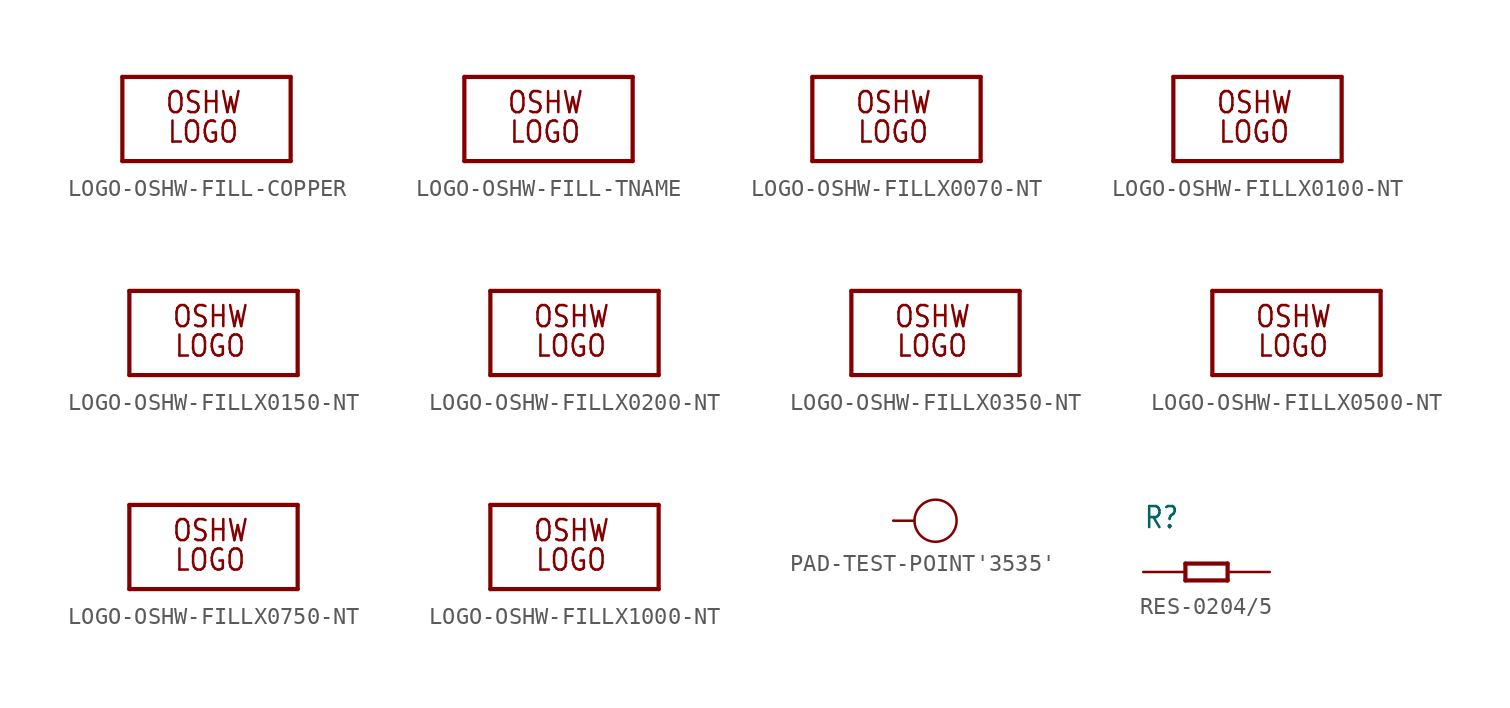
<source format=kicad_sym>
(kicad_symbol_lib
  (version 20220914)
  (generator kicad_symbol_editor)
  (symbol "LOGO-OSHW-FILL-COPPER"
    (property "Reference" "LOGO"
      (at 0 0 0)
      (effects (font (size 1.27 1.27)) hide))
    (property "ki_locked" ""
      (at 0 0 0)
      (effects (font (size 1.27 1.27))))
    (symbol "LOGO-OSHW-FILL-COPPER_1_0"
      (polyline (pts (xy -5.08 -2.54) (xy -5.08 2.54)) (stroke (width 0.254) (type solid)) (fill (type none)))
      (polyline (pts (xy -5.08 2.54) (xy 5.08 2.54)) (stroke (width 0.254) (type solid)) (fill (type none)))
      (polyline (pts (xy 5.08 -2.54) (xy -5.08 -2.54)) (stroke (width 0.254) (type solid)) (fill (type none)))
      (polyline (pts (xy 5.08 2.54) (xy 5.08 -2.54)) (stroke (width 0.254) (type solid)) (fill (type none)))
      (text "LOGO" (at -2.413 -1.524 0) (effects (font (size 1.27 1.079)) (justify left bottom)))
      (text "OSHW" (at -2.54 0.254 0) (effects (font (size 1.27 1.079)) (justify left bottom)))))
  (symbol "LOGO-OSHW-FILL-TNAME"
    (property "Reference" "LOGO"
      (at 0 0 0)
      (effects (font (size 1.27 1.27)) hide))
    (property "ki_locked" ""
      (at 0 0 0)
      (effects (font (size 1.27 1.27))))
    (symbol "LOGO-OSHW-FILL-TNAME_1_0"
      (polyline (pts (xy -5.08 -2.54) (xy -5.08 2.54)) (stroke (width 0.254) (type solid)) (fill (type none)))
      (polyline (pts (xy -5.08 2.54) (xy 5.08 2.54)) (stroke (width 0.254) (type solid)) (fill (type none)))
      (polyline (pts (xy 5.08 -2.54) (xy -5.08 -2.54)) (stroke (width 0.254) (type solid)) (fill (type none)))
      (polyline (pts (xy 5.08 2.54) (xy 5.08 -2.54)) (stroke (width 0.254) (type solid)) (fill (type none)))
      (text "LOGO" (at -2.413 -1.524 0) (effects (font (size 1.27 1.079)) (justify left bottom)))
      (text "OSHW" (at -2.54 0.254 0) (effects (font (size 1.27 1.079)) (justify left bottom)))))
  (symbol "LOGO-OSHW-FILLX0070-NT"
    (property "Reference" "LOGO"
      (at 0 0 0)
      (effects (font (size 1.27 1.27)) hide))
    (property "ki_locked" ""
      (at 0 0 0)
      (effects (font (size 1.27 1.27))))
    (symbol "LOGO-OSHW-FILLX0070-NT_1_0"
      (polyline (pts (xy -5.08 -2.54) (xy -5.08 2.54)) (stroke (width 0.254) (type solid)) (fill (type none)))
      (polyline (pts (xy -5.08 2.54) (xy 5.08 2.54)) (stroke (width 0.254) (type solid)) (fill (type none)))
      (polyline (pts (xy 5.08 -2.54) (xy -5.08 -2.54)) (stroke (width 0.254) (type solid)) (fill (type none)))
      (polyline (pts (xy 5.08 2.54) (xy 5.08 -2.54)) (stroke (width 0.254) (type solid)) (fill (type none)))
      (text "LOGO" (at -2.413 -1.524 0) (effects (font (size 1.27 1.079)) (justify left bottom)))
      (text "OSHW" (at -2.54 0.254 0) (effects (font (size 1.27 1.079)) (justify left bottom)))))
  (symbol "LOGO-OSHW-FILLX0100-NT"
    (property "Reference" "LOGO"
      (at 0 0 0)
      (effects (font (size 1.27 1.27)) hide))
    (property "ki_locked" ""
      (at 0 0 0)
      (effects (font (size 1.27 1.27))))
    (symbol "LOGO-OSHW-FILLX0100-NT_1_0"
      (polyline (pts (xy -5.08 -2.54) (xy -5.08 2.54)) (stroke (width 0.254) (type solid)) (fill (type none)))
      (polyline (pts (xy -5.08 2.54) (xy 5.08 2.54)) (stroke (width 0.254) (type solid)) (fill (type none)))
      (polyline (pts (xy 5.08 -2.54) (xy -5.08 -2.54)) (stroke (width 0.254) (type solid)) (fill (type none)))
      (polyline (pts (xy 5.08 2.54) (xy 5.08 -2.54)) (stroke (width 0.254) (type solid)) (fill (type none)))
      (text "LOGO" (at -2.413 -1.524 0) (effects (font (size 1.27 1.079)) (justify left bottom)))
      (text "OSHW" (at -2.54 0.254 0) (effects (font (size 1.27 1.079)) (justify left bottom)))))
  (symbol "LOGO-OSHW-FILLX0150-NT"
    (property "Reference" "LOGO"
      (at 0 0 0)
      (effects (font (size 1.27 1.27)) hide))
    (property "ki_locked" ""
      (at 0 0 0)
      (effects (font (size 1.27 1.27))))
    (symbol "LOGO-OSHW-FILLX0150-NT_1_0"
      (polyline (pts (xy -5.08 -2.54) (xy -5.08 2.54)) (stroke (width 0.254) (type solid)) (fill (type none)))
      (polyline (pts (xy -5.08 2.54) (xy 5.08 2.54)) (stroke (width 0.254) (type solid)) (fill (type none)))
      (polyline (pts (xy 5.08 -2.54) (xy -5.08 -2.54)) (stroke (width 0.254) (type solid)) (fill (type none)))
      (polyline (pts (xy 5.08 2.54) (xy 5.08 -2.54)) (stroke (width 0.254) (type solid)) (fill (type none)))
      (text "LOGO" (at -2.413 -1.524 0) (effects (font (size 1.27 1.079)) (justify left bottom)))
      (text "OSHW" (at -2.54 0.254 0) (effects (font (size 1.27 1.079)) (justify left bottom)))))
  (symbol "LOGO-OSHW-FILLX0200-NT"
    (property "Reference" "LOGO"
      (at 0 0 0)
      (effects (font (size 1.27 1.27)) hide))
    (property "ki_locked" ""
      (at 0 0 0)
      (effects (font (size 1.27 1.27))))
    (symbol "LOGO-OSHW-FILLX0200-NT_1_0"
      (polyline (pts (xy -5.08 -2.54) (xy -5.08 2.54)) (stroke (width 0.254) (type solid)) (fill (type none)))
      (polyline (pts (xy -5.08 2.54) (xy 5.08 2.54)) (stroke (width 0.254) (type solid)) (fill (type none)))
      (polyline (pts (xy 5.08 -2.54) (xy -5.08 -2.54)) (stroke (width 0.254) (type solid)) (fill (type none)))
      (polyline (pts (xy 5.08 2.54) (xy 5.08 -2.54)) (stroke (width 0.254) (type solid)) (fill (type none)))
      (text "LOGO" (at -2.413 -1.524 0) (effects (font (size 1.27 1.079)) (justify left bottom)))
      (text "OSHW" (at -2.54 0.254 0) (effects (font (size 1.27 1.079)) (justify left bottom)))))
  (symbol "LOGO-OSHW-FILLX0350-NT"
    (property "Reference" "LOGO"
      (at 0 0 0)
      (effects (font (size 1.27 1.27)) hide))
    (property "ki_locked" ""
      (at 0 0 0)
      (effects (font (size 1.27 1.27))))
    (symbol "LOGO-OSHW-FILLX0350-NT_1_0"
      (polyline (pts (xy -5.08 -2.54) (xy -5.08 2.54)) (stroke (width 0.254) (type solid)) (fill (type none)))
      (polyline (pts (xy -5.08 2.54) (xy 5.08 2.54)) (stroke (width 0.254) (type solid)) (fill (type none)))
      (polyline (pts (xy 5.08 -2.54) (xy -5.08 -2.54)) (stroke (width 0.254) (type solid)) (fill (type none)))
      (polyline (pts (xy 5.08 2.54) (xy 5.08 -2.54)) (stroke (width 0.254) (type solid)) (fill (type none)))
      (text "LOGO" (at -2.413 -1.524 0) (effects (font (size 1.27 1.079)) (justify left bottom)))
      (text "OSHW" (at -2.54 0.254 0) (effects (font (size 1.27 1.079)) (justify left bottom)))))
  (symbol "LOGO-OSHW-FILLX0500-NT"
    (property "Reference" "LOGO"
      (at 0 0 0)
      (effects (font (size 1.27 1.27)) hide))
    (property "ki_locked" ""
      (at 0 0 0)
      (effects (font (size 1.27 1.27))))
    (symbol "LOGO-OSHW-FILLX0500-NT_1_0"
      (polyline (pts (xy -5.08 -2.54) (xy -5.08 2.54)) (stroke (width 0.254) (type solid)) (fill (type none)))
      (polyline (pts (xy -5.08 2.54) (xy 5.08 2.54)) (stroke (width 0.254) (type solid)) (fill (type none)))
      (polyline (pts (xy 5.08 -2.54) (xy -5.08 -2.54)) (stroke (width 0.254) (type solid)) (fill (type none)))
      (polyline (pts (xy 5.08 2.54) (xy 5.08 -2.54)) (stroke (width 0.254) (type solid)) (fill (type none)))
      (text "LOGO" (at -2.413 -1.524 0) (effects (font (size 1.27 1.079)) (justify left bottom)))
      (text "OSHW" (at -2.54 0.254 0) (effects (font (size 1.27 1.079)) (justify left bottom)))))
  (symbol "LOGO-OSHW-FILLX0750-NT"
    (property "Reference" "LOGO"
      (at 0 0 0)
      (effects (font (size 1.27 1.27)) hide))
    (property "ki_locked" ""
      (at 0 0 0)
      (effects (font (size 1.27 1.27))))
    (symbol "LOGO-OSHW-FILLX0750-NT_1_0"
      (polyline (pts (xy -5.08 -2.54) (xy -5.08 2.54)) (stroke (width 0.254) (type solid)) (fill (type none)))
      (polyline (pts (xy -5.08 2.54) (xy 5.08 2.54)) (stroke (width 0.254) (type solid)) (fill (type none)))
      (polyline (pts (xy 5.08 -2.54) (xy -5.08 -2.54)) (stroke (width 0.254) (type solid)) (fill (type none)))
      (polyline (pts (xy 5.08 2.54) (xy 5.08 -2.54)) (stroke (width 0.254) (type solid)) (fill (type none)))
      (text "LOGO" (at -2.413 -1.524 0) (effects (font (size 1.27 1.079)) (justify left bottom)))
      (text "OSHW" (at -2.54 0.254 0) (effects (font (size 1.27 1.079)) (justify left bottom)))))
  (symbol "LOGO-OSHW-FILLX1000-NT"
    (property "Reference" "LOGO"
      (at 0 0 0)
      (effects (font (size 1.27 1.27)) hide))
    (property "ki_locked" ""
      (at 0 0 0)
      (effects (font (size 1.27 1.27))))
    (symbol "LOGO-OSHW-FILLX1000-NT_1_0"
      (polyline (pts (xy -5.08 -2.54) (xy -5.08 2.54)) (stroke (width 0.254) (type solid)) (fill (type none)))
      (polyline (pts (xy -5.08 2.54) (xy 5.08 2.54)) (stroke (width 0.254) (type solid)) (fill (type none)))
      (polyline (pts (xy 5.08 -2.54) (xy -5.08 -2.54)) (stroke (width 0.254) (type solid)) (fill (type none)))
      (polyline (pts (xy 5.08 2.54) (xy 5.08 -2.54)) (stroke (width 0.254) (type solid)) (fill (type none)))
      (text "LOGO" (at -2.413 -1.524 0) (effects (font (size 1.27 1.079)) (justify left bottom)))
      (text "OSHW" (at -2.54 0.254 0) (effects (font (size 1.27 1.079)) (justify left bottom)))))
  (symbol "PAD-TEST-POINT'3535'"
    (property "Reference" "TP"
      (at -5.08 0 0)
      (effects (font (size 0.813 0.691)) (justify left bottom) hide))
    (property "ki_locked" ""
      (at 0 0 0)
      (effects (font (size 1.27 1.27))))
    (symbol "PAD-TEST-POINT'3535'_1_0"
      (polyline (pts (xy -2.54 0) (xy -1.27 0)) (stroke (width 0.152) (type solid)) (fill (type none)))
      (circle (center 0 0) (radius 1.27) (stroke (width 0.152) (type solid)) (fill (type none)))
      (pin bidirectional line (at -2.54 0 0) (length 0) (name "T" (effects (font (size 0 0)))) (number "T" (effects (font (size 0 0)))))))
  (symbol "RES-0204/5"
    (property "Reference" "R"
      (at -3.81 2.54 0)
      (effects (font (size 1.27 1.079)) (justify left bottom)))
    (property "Value" ""
      (at -3.81 1.27 0)
      (effects (font (size 1.27 1.079)) (justify left bottom)))
    (property "ki_locked" ""
      (at 0 0 0)
      (effects (font (size 1.27 1.27))))
    (symbol "RES-0204/5_1_0"
      (polyline (pts (xy -1.27 -0.508) (xy -1.27 0.508)) (stroke (width 0.254) (type solid)) (fill (type none)))
      (polyline (pts (xy -1.27 0.508) (xy 1.27 0.508)) (stroke (width 0.254) (type solid)) (fill (type none)))
      (polyline (pts (xy 1.27 -0.508) (xy -1.27 -0.508)) (stroke (width 0.254) (type solid)) (fill (type none)))
      (polyline (pts (xy 1.27 0.508) (xy 1.27 -0.508)) (stroke (width 0.254) (type solid)) (fill (type none)))
      (pin passive line (at -3.81 0 0) (length 2.54) (name "1" (effects (font (size 0 0)))) (number "1" (effects (font (size 0 0)))))
      (pin passive line (at 3.81 0 180) (length 2.54) (name "2" (effects (font (size 0 0)))) (number "2" (effects (font (size 0 0))))))))
</source>
